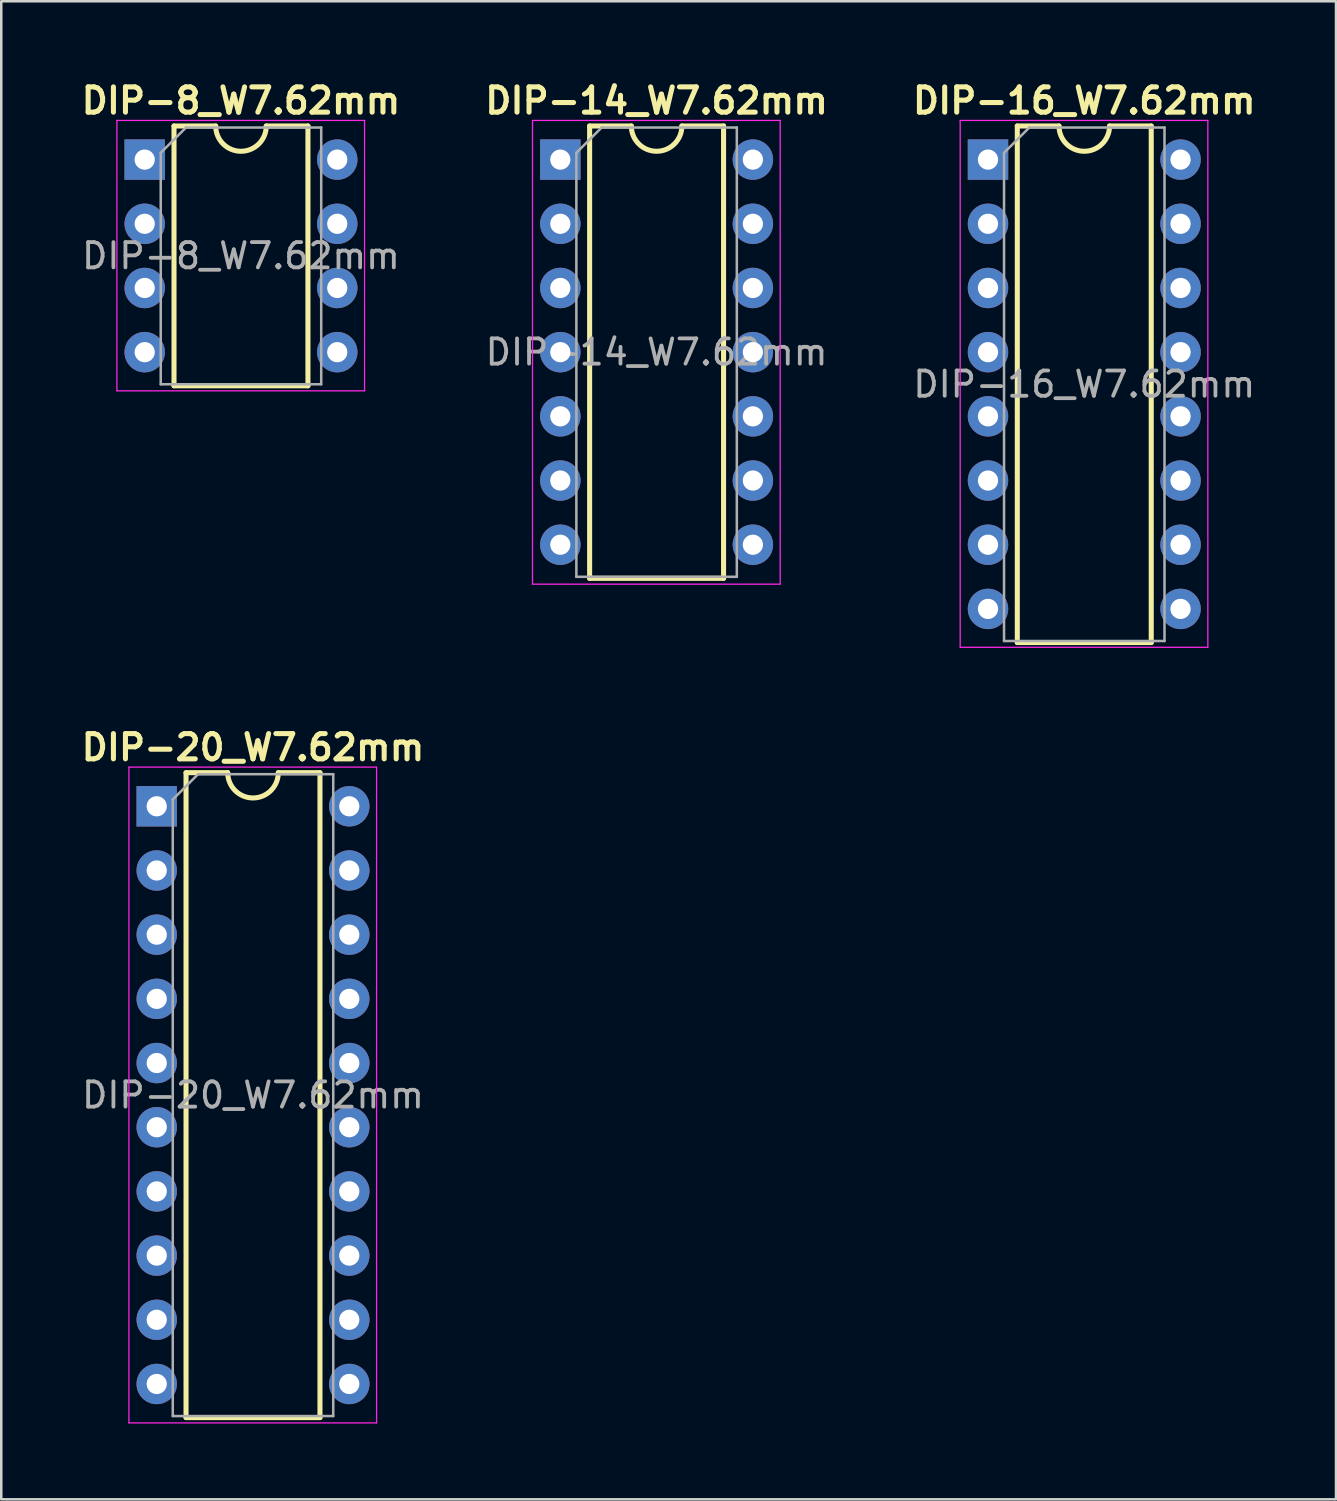
<source format=kicad_pcb>
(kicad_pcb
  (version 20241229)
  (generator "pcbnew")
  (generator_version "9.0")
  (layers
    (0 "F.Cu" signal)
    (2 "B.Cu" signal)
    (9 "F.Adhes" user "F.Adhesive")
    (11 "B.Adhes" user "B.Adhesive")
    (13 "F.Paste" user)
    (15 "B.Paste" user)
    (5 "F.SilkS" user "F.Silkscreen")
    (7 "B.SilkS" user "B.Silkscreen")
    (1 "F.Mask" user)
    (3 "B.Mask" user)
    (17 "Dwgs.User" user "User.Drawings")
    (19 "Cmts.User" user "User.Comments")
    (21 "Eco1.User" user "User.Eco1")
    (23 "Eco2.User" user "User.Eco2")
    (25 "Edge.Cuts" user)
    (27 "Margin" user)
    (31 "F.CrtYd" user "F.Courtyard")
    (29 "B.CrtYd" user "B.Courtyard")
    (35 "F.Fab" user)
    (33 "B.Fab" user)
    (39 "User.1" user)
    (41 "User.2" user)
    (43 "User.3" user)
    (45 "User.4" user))
  (footprint "DIP-20_W7.62mm"
    (layer "F.Cu")
    (at 3.152 28.857)
    (property "Reference" "DIP-20_W7.62mm" (at 3.81 -2.33 0) (layer "F.SilkS") (effects (font (size 1 1) (thickness 0.2))))
    (attr through_hole)
    (fp_line (start 1.16 -1.33) (end 1.16 24.19) (stroke (width 0.2) (type solid)) (layer "F.SilkS"))
    (fp_line (start 1.16 24.19) (end 6.46 24.19) (stroke (width 0.2) (type solid)) (layer "F.SilkS"))
    (fp_line (start 2.81 -1.33) (end 1.16 -1.33) (stroke (width 0.2) (type solid)) (layer "F.SilkS"))
    (fp_line (start 6.46 -1.33) (end 4.81 -1.33) (stroke (width 0.2) (type solid)) (layer "F.SilkS"))
    (fp_line (start 6.46 24.19) (end 6.46 -1.33) (stroke (width 0.2) (type solid)) (layer "F.SilkS"))
    (fp_arc (start 4.81 -1.33) (mid 3.81 -0.33) (end 2.81 -1.33) (stroke (width 0.2) (type solid)) (layer "F.SilkS"))
    (fp_line (start -1.1 -1.55) (end -1.1 24.4) (stroke (width 0.05) (type solid)) (layer "F.CrtYd"))
    (fp_line (start -1.1 24.4) (end 8.7 24.4) (stroke (width 0.05) (type solid)) (layer "F.CrtYd"))
    (fp_line (start 8.7 -1.55) (end -1.1 -1.55) (stroke (width 0.05) (type solid)) (layer "F.CrtYd"))
    (fp_line (start 8.7 24.4) (end 8.7 -1.55) (stroke (width 0.05) (type solid)) (layer "F.CrtYd"))
    (fp_line (start 0.635 -0.27) (end 1.635 -1.27) (stroke (width 0.1) (type solid)) (layer "F.Fab"))
    (fp_line (start 0.635 24.13) (end 0.635 -0.27) (stroke (width 0.1) (type solid)) (layer "F.Fab"))
    (fp_line (start 1.635 -1.27) (end 6.985 -1.27) (stroke (width 0.1) (type solid)) (layer "F.Fab"))
    (fp_line (start 6.985 -1.27) (end 6.985 24.13) (stroke (width 0.1) (type solid)) (layer "F.Fab"))
    (fp_line (start 6.985 24.13) (end 0.635 24.13) (stroke (width 0.1) (type solid)) (layer "F.Fab"))
    (fp_text user "${REFERENCE}" (at 3.81 11.43 0) (layer "F.Fab") (effects (font (size 1 1) (thickness 0.15))))
    (pad "1" thru_hole rect (at 0 0) (size 1.6 1.6) (drill 0.8) (layers "*.Cu" "*.Mask"))
    (pad "2" thru_hole oval (at 0 2.54) (size 1.6 1.6) (drill 0.8) (layers "*.Cu" "*.Mask"))
    (pad "3" thru_hole oval (at 0 5.08) (size 1.6 1.6) (drill 0.8) (layers "*.Cu" "*.Mask"))
    (pad "4" thru_hole oval (at 0 7.62) (size 1.6 1.6) (drill 0.8) (layers "*.Cu" "*.Mask"))
    (pad "5" thru_hole oval (at 0 10.16) (size 1.6 1.6) (drill 0.8) (layers "*.Cu" "*.Mask"))
    (pad "6" thru_hole oval (at 0 12.7) (size 1.6 1.6) (drill 0.8) (layers "*.Cu" "*.Mask"))
    (pad "7" thru_hole oval (at 0 15.24) (size 1.6 1.6) (drill 0.8) (layers "*.Cu" "*.Mask"))
    (pad "8" thru_hole oval (at 0 17.78) (size 1.6 1.6) (drill 0.8) (layers "*.Cu" "*.Mask"))
    (pad "9" thru_hole oval (at 0 20.32) (size 1.6 1.6) (drill 0.8) (layers "*.Cu" "*.Mask"))
    (pad "10" thru_hole oval (at 0 22.86) (size 1.6 1.6) (drill 0.8) (layers "*.Cu" "*.Mask"))
    (pad "11" thru_hole oval (at 7.62 22.86) (size 1.6 1.6) (drill 0.8) (layers "*.Cu" "*.Mask"))
    (pad "12" thru_hole oval (at 7.62 20.32) (size 1.6 1.6) (drill 0.8) (layers "*.Cu" "*.Mask"))
    (pad "13" thru_hole oval (at 7.62 17.78) (size 1.6 1.6) (drill 0.8) (layers "*.Cu" "*.Mask"))
    (pad "14" thru_hole oval (at 7.62 15.24) (size 1.6 1.6) (drill 0.8) (layers "*.Cu" "*.Mask"))
    (pad "15" thru_hole oval (at 7.62 12.7) (size 1.6 1.6) (drill 0.8) (layers "*.Cu" "*.Mask"))
    (pad "16" thru_hole oval (at 7.62 10.16) (size 1.6 1.6) (drill 0.8) (layers "*.Cu" "*.Mask"))
    (pad "17" thru_hole oval (at 7.62 7.62) (size 1.6 1.6) (drill 0.8) (layers "*.Cu" "*.Mask"))
    (pad "18" thru_hole oval (at 7.62 5.08) (size 1.6 1.6) (drill 0.8) (layers "*.Cu" "*.Mask"))
    (pad "19" thru_hole oval (at 7.62 2.54) (size 1.6 1.6) (drill 0.8) (layers "*.Cu" "*.Mask"))
    (pad "20" thru_hole oval (at 7.62 0) (size 1.6 1.6) (drill 0.8) (layers "*.Cu" "*.Mask")))
  (footprint "DIP-8_W7.62mm"
    (layer "F.Cu")
    (at 2.676 3.266)
    (property "Reference" "DIP-8_W7.62mm" (at 3.81 -2.33 0) (layer "F.SilkS") (effects (font (size 1 1) (thickness 0.2))))
    (attr through_hole)
    (fp_line (start 1.16 -1.33) (end 1.16 8.95) (stroke (width 0.2) (type solid)) (layer "F.SilkS"))
    (fp_line (start 1.16 8.95) (end 6.46 8.95) (stroke (width 0.2) (type solid)) (layer "F.SilkS"))
    (fp_line (start 2.81 -1.33) (end 1.16 -1.33) (stroke (width 0.2) (type solid)) (layer "F.SilkS"))
    (fp_line (start 6.46 -1.33) (end 4.81 -1.33) (stroke (width 0.2) (type solid)) (layer "F.SilkS"))
    (fp_line (start 6.46 8.95) (end 6.46 -1.33) (stroke (width 0.2) (type solid)) (layer "F.SilkS"))
    (fp_arc (start 4.81 -1.33) (mid 3.81 -0.33) (end 2.81 -1.33) (stroke (width 0.2) (type solid)) (layer "F.SilkS"))
    (fp_line (start -1.1 -1.55) (end -1.1 9.15) (stroke (width 0.05) (type solid)) (layer "F.CrtYd"))
    (fp_line (start -1.1 9.15) (end 8.7 9.15) (stroke (width 0.05) (type solid)) (layer "F.CrtYd"))
    (fp_line (start 8.7 -1.55) (end -1.1 -1.55) (stroke (width 0.05) (type solid)) (layer "F.CrtYd"))
    (fp_line (start 8.7 9.15) (end 8.7 -1.55) (stroke (width 0.05) (type solid)) (layer "F.CrtYd"))
    (fp_line (start 0.635 -0.27) (end 1.635 -1.27) (stroke (width 0.1) (type solid)) (layer "F.Fab"))
    (fp_line (start 0.635 8.89) (end 0.635 -0.27) (stroke (width 0.1) (type solid)) (layer "F.Fab"))
    (fp_line (start 1.635 -1.27) (end 6.985 -1.27) (stroke (width 0.1) (type solid)) (layer "F.Fab"))
    (fp_line (start 6.985 -1.27) (end 6.985 8.89) (stroke (width 0.1) (type solid)) (layer "F.Fab"))
    (fp_line (start 6.985 8.89) (end 0.635 8.89) (stroke (width 0.1) (type solid)) (layer "F.Fab"))
    (fp_text user "${REFERENCE}" (at 3.81 3.81 0) (layer "F.Fab") (effects (font (size 1 1) (thickness 0.15))))
    (pad "1" thru_hole rect (at 0 0) (size 1.6 1.6) (drill 0.8) (layers "*.Cu" "*.Mask"))
    (pad "2" thru_hole oval (at 0 2.54) (size 1.6 1.6) (drill 0.8) (layers "*.Cu" "*.Mask"))
    (pad "3" thru_hole oval (at 0 5.08) (size 1.6 1.6) (drill 0.8) (layers "*.Cu" "*.Mask"))
    (pad "4" thru_hole oval (at 0 7.62) (size 1.6 1.6) (drill 0.8) (layers "*.Cu" "*.Mask"))
    (pad "5" thru_hole oval (at 7.62 7.62) (size 1.6 1.6) (drill 0.8) (layers "*.Cu" "*.Mask"))
    (pad "6" thru_hole oval (at 7.62 5.08) (size 1.6 1.6) (drill 0.8) (layers "*.Cu" "*.Mask"))
    (pad "7" thru_hole oval (at 7.62 2.54) (size 1.6 1.6) (drill 0.8) (layers "*.Cu" "*.Mask"))
    (pad "8" thru_hole oval (at 7.62 0) (size 1.6 1.6) (drill 0.8) (layers "*.Cu" "*.Mask")))
  (footprint "DIP-14_W7.62mm"
    (layer "F.Cu")
    (at 19.123 3.266)
    (property "Reference" "DIP-14_W7.62mm" (at 3.81 -2.33 0) (layer "F.SilkS") (effects (font (size 1 1) (thickness 0.2))))
    (attr through_hole)
    (fp_line (start 1.16 -1.33) (end 1.16 16.57) (stroke (width 0.2) (type solid)) (layer "F.SilkS"))
    (fp_line (start 1.16 16.57) (end 6.46 16.57) (stroke (width 0.2) (type solid)) (layer "F.SilkS"))
    (fp_line (start 2.81 -1.33) (end 1.16 -1.33) (stroke (width 0.2) (type solid)) (layer "F.SilkS"))
    (fp_line (start 6.46 -1.33) (end 4.81 -1.33) (stroke (width 0.2) (type solid)) (layer "F.SilkS"))
    (fp_line (start 6.46 16.57) (end 6.46 -1.33) (stroke (width 0.2) (type solid)) (layer "F.SilkS"))
    (fp_arc (start 4.81 -1.33) (mid 3.81 -0.33) (end 2.81 -1.33) (stroke (width 0.2) (type solid)) (layer "F.SilkS"))
    (fp_line (start -1.1 -1.55) (end -1.1 16.8) (stroke (width 0.05) (type solid)) (layer "F.CrtYd"))
    (fp_line (start -1.1 16.8) (end 8.7 16.8) (stroke (width 0.05) (type solid)) (layer "F.CrtYd"))
    (fp_line (start 8.7 -1.55) (end -1.1 -1.55) (stroke (width 0.05) (type solid)) (layer "F.CrtYd"))
    (fp_line (start 8.7 16.8) (end 8.7 -1.55) (stroke (width 0.05) (type solid)) (layer "F.CrtYd"))
    (fp_line (start 0.635 -0.27) (end 1.635 -1.27) (stroke (width 0.1) (type solid)) (layer "F.Fab"))
    (fp_line (start 0.635 16.51) (end 0.635 -0.27) (stroke (width 0.1) (type solid)) (layer "F.Fab"))
    (fp_line (start 1.635 -1.27) (end 6.985 -1.27) (stroke (width 0.1) (type solid)) (layer "F.Fab"))
    (fp_line (start 6.985 -1.27) (end 6.985 16.51) (stroke (width 0.1) (type solid)) (layer "F.Fab"))
    (fp_line (start 6.985 16.51) (end 0.635 16.51) (stroke (width 0.1) (type solid)) (layer "F.Fab"))
    (fp_text user "${REFERENCE}" (at 3.81 7.62 0) (layer "F.Fab") (effects (font (size 1 1) (thickness 0.15))))
    (pad "1" thru_hole rect (at 0 0) (size 1.6 1.6) (drill 0.8) (layers "*.Cu" "*.Mask"))
    (pad "2" thru_hole oval (at 0 2.54) (size 1.6 1.6) (drill 0.8) (layers "*.Cu" "*.Mask"))
    (pad "3" thru_hole oval (at 0 5.08) (size 1.6 1.6) (drill 0.8) (layers "*.Cu" "*.Mask"))
    (pad "4" thru_hole oval (at 0 7.62) (size 1.6 1.6) (drill 0.8) (layers "*.Cu" "*.Mask"))
    (pad "5" thru_hole oval (at 0 10.16) (size 1.6 1.6) (drill 0.8) (layers "*.Cu" "*.Mask"))
    (pad "6" thru_hole oval (at 0 12.7) (size 1.6 1.6) (drill 0.8) (layers "*.Cu" "*.Mask"))
    (pad "7" thru_hole oval (at 0 15.24) (size 1.6 1.6) (drill 0.8) (layers "*.Cu" "*.Mask"))
    (pad "8" thru_hole oval (at 7.62 15.24) (size 1.6 1.6) (drill 0.8) (layers "*.Cu" "*.Mask"))
    (pad "9" thru_hole oval (at 7.62 12.7) (size 1.6 1.6) (drill 0.8) (layers "*.Cu" "*.Mask"))
    (pad "10" thru_hole oval (at 7.62 10.16) (size 1.6 1.6) (drill 0.8) (layers "*.Cu" "*.Mask"))
    (pad "11" thru_hole oval (at 7.62 7.62) (size 1.6 1.6) (drill 0.8) (layers "*.Cu" "*.Mask"))
    (pad "12" thru_hole oval (at 7.62 5.08) (size 1.6 1.6) (drill 0.8) (layers "*.Cu" "*.Mask"))
    (pad "13" thru_hole oval (at 7.62 2.54) (size 1.6 1.6) (drill 0.8) (layers "*.Cu" "*.Mask"))
    (pad "14" thru_hole oval (at 7.62 0) (size 1.6 1.6) (drill 0.8) (layers "*.Cu" "*.Mask")))
  (footprint "DIP-16_W7.62mm"
    (layer "F.Cu")
    (at 36.047 3.266)
    (property "Reference" "DIP-16_W7.62mm" (at 3.81 -2.33 0) (layer "F.SilkS") (effects (font (size 1 1) (thickness 0.2))))
    (attr through_hole)
    (fp_line (start 1.16 -1.33) (end 1.16 19.11) (stroke (width 0.2) (type solid)) (layer "F.SilkS"))
    (fp_line (start 1.16 19.11) (end 6.46 19.11) (stroke (width 0.2) (type solid)) (layer "F.SilkS"))
    (fp_line (start 2.81 -1.33) (end 1.16 -1.33) (stroke (width 0.2) (type solid)) (layer "F.SilkS"))
    (fp_line (start 6.46 -1.33) (end 4.81 -1.33) (stroke (width 0.2) (type solid)) (layer "F.SilkS"))
    (fp_line (start 6.46 19.11) (end 6.46 -1.33) (stroke (width 0.2) (type solid)) (layer "F.SilkS"))
    (fp_arc (start 4.81 -1.33) (mid 3.81 -0.33) (end 2.81 -1.33) (stroke (width 0.2) (type solid)) (layer "F.SilkS"))
    (fp_line (start -1.1 -1.55) (end -1.1 19.3) (stroke (width 0.05) (type solid)) (layer "F.CrtYd"))
    (fp_line (start -1.1 19.3) (end 8.7 19.3) (stroke (width 0.05) (type solid)) (layer "F.CrtYd"))
    (fp_line (start 8.7 -1.55) (end -1.1 -1.55) (stroke (width 0.05) (type solid)) (layer "F.CrtYd"))
    (fp_line (start 8.7 19.3) (end 8.7 -1.55) (stroke (width 0.05) (type solid)) (layer "F.CrtYd"))
    (fp_line (start 0.635 -0.27) (end 1.635 -1.27) (stroke (width 0.1) (type solid)) (layer "F.Fab"))
    (fp_line (start 0.635 19.05) (end 0.635 -0.27) (stroke (width 0.1) (type solid)) (layer "F.Fab"))
    (fp_line (start 1.635 -1.27) (end 6.985 -1.27) (stroke (width 0.1) (type solid)) (layer "F.Fab"))
    (fp_line (start 6.985 -1.27) (end 6.985 19.05) (stroke (width 0.1) (type solid)) (layer "F.Fab"))
    (fp_line (start 6.985 19.05) (end 0.635 19.05) (stroke (width 0.1) (type solid)) (layer "F.Fab"))
    (fp_text user "${REFERENCE}" (at 3.81 8.89 0) (layer "F.Fab") (effects (font (size 1 1) (thickness 0.15))))
    (pad "1" thru_hole rect (at 0 0) (size 1.6 1.6) (drill 0.8) (layers "*.Cu" "*.Mask"))
    (pad "2" thru_hole oval (at 0 2.54) (size 1.6 1.6) (drill 0.8) (layers "*.Cu" "*.Mask"))
    (pad "3" thru_hole oval (at 0 5.08) (size 1.6 1.6) (drill 0.8) (layers "*.Cu" "*.Mask"))
    (pad "4" thru_hole oval (at 0 7.62) (size 1.6 1.6) (drill 0.8) (layers "*.Cu" "*.Mask"))
    (pad "5" thru_hole oval (at 0 10.16) (size 1.6 1.6) (drill 0.8) (layers "*.Cu" "*.Mask"))
    (pad "6" thru_hole oval (at 0 12.7) (size 1.6 1.6) (drill 0.8) (layers "*.Cu" "*.Mask"))
    (pad "7" thru_hole oval (at 0 15.24) (size 1.6 1.6) (drill 0.8) (layers "*.Cu" "*.Mask"))
    (pad "8" thru_hole oval (at 0 17.78) (size 1.6 1.6) (drill 0.8) (layers "*.Cu" "*.Mask"))
    (pad "9" thru_hole oval (at 7.62 17.78) (size 1.6 1.6) (drill 0.8) (layers "*.Cu" "*.Mask"))
    (pad "10" thru_hole oval (at 7.62 15.24) (size 1.6 1.6) (drill 0.8) (layers "*.Cu" "*.Mask"))
    (pad "11" thru_hole oval (at 7.62 12.7) (size 1.6 1.6) (drill 0.8) (layers "*.Cu" "*.Mask"))
    (pad "12" thru_hole oval (at 7.62 10.16) (size 1.6 1.6) (drill 0.8) (layers "*.Cu" "*.Mask"))
    (pad "13" thru_hole oval (at 7.62 7.62) (size 1.6 1.6) (drill 0.8) (layers "*.Cu" "*.Mask"))
    (pad "14" thru_hole oval (at 7.62 5.08) (size 1.6 1.6) (drill 0.8) (layers "*.Cu" "*.Mask"))
    (pad "15" thru_hole oval (at 7.62 2.54) (size 1.6 1.6) (drill 0.8) (layers "*.Cu" "*.Mask"))
    (pad "16" thru_hole oval (at 7.62 0) (size 1.6 1.6) (drill 0.8) (layers "*.Cu" "*.Mask")))
  (gr_rect
    (start -3 -3)
    (end 49.819 56.282)
    (stroke (width 0.1) (type default))
    (fill no)
    (layer "Edge.Cuts")))
</source>
